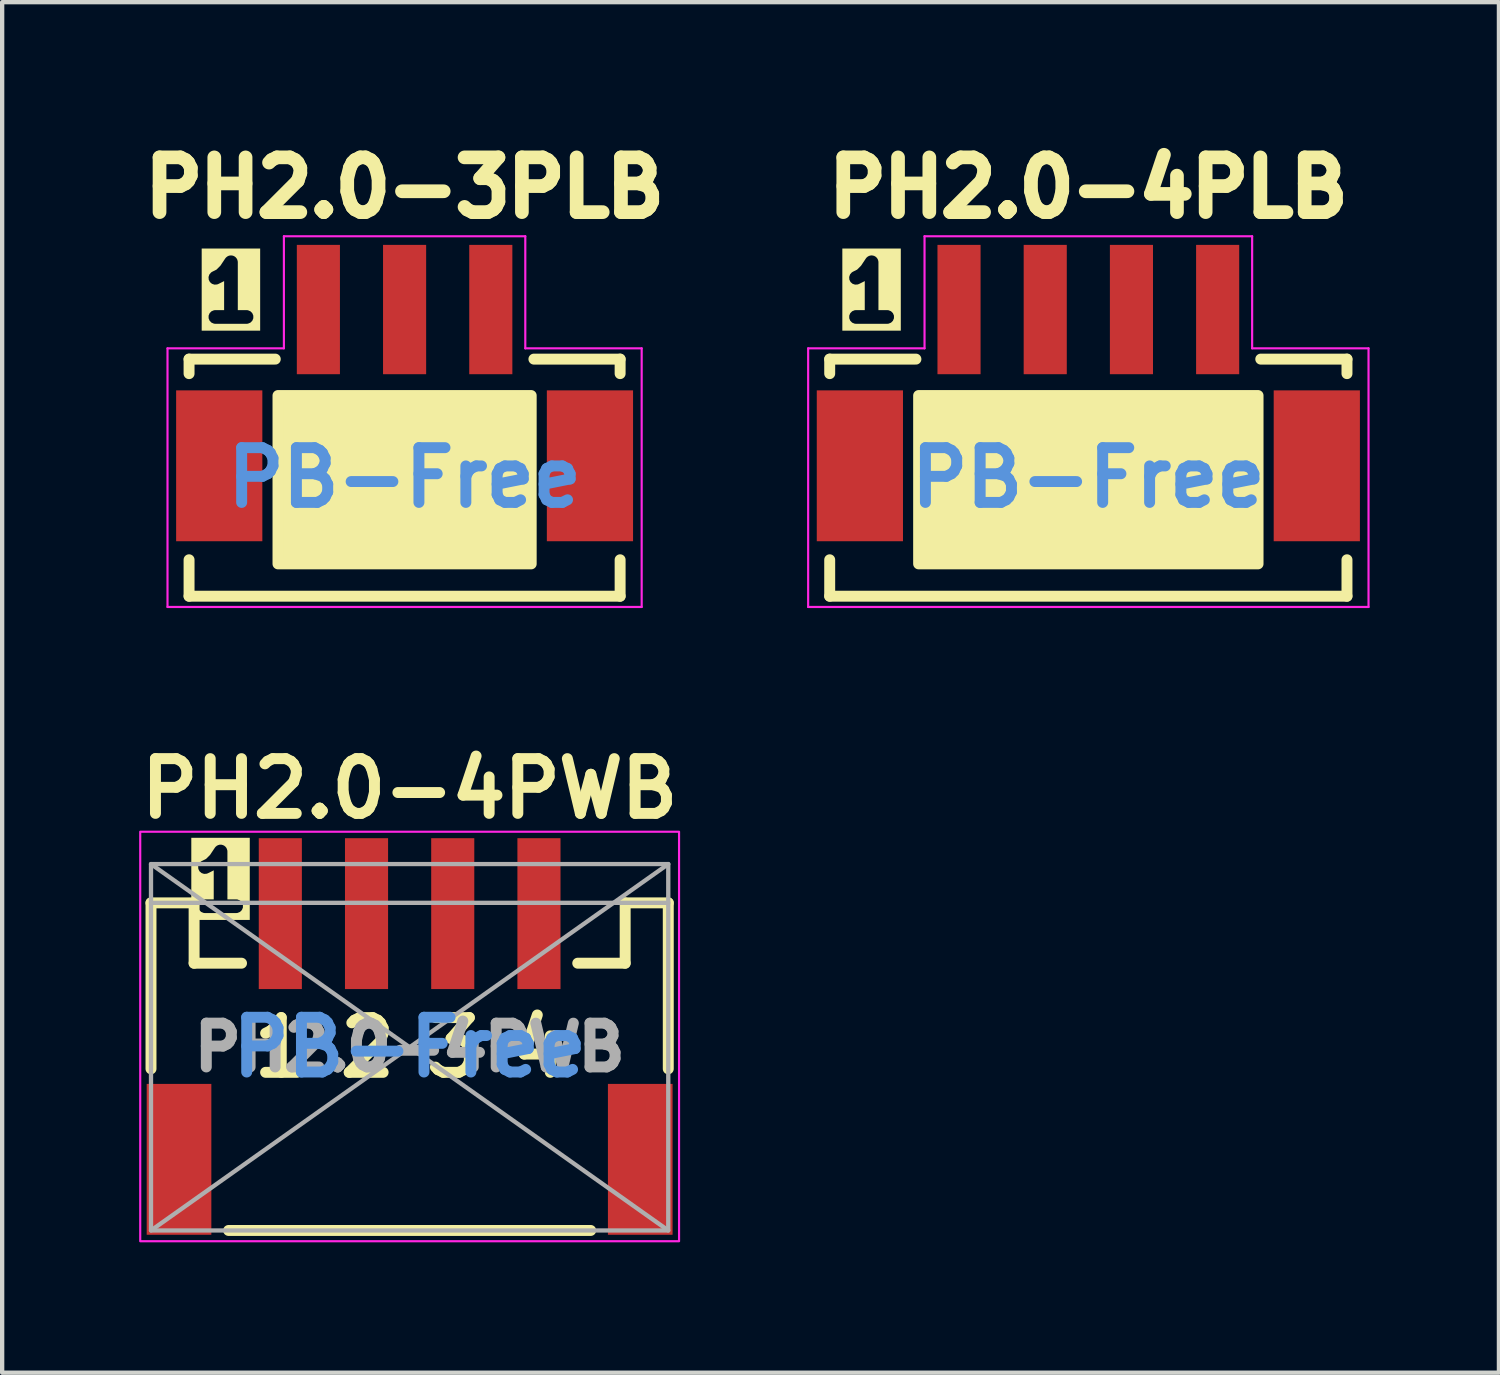
<source format=kicad_pcb>
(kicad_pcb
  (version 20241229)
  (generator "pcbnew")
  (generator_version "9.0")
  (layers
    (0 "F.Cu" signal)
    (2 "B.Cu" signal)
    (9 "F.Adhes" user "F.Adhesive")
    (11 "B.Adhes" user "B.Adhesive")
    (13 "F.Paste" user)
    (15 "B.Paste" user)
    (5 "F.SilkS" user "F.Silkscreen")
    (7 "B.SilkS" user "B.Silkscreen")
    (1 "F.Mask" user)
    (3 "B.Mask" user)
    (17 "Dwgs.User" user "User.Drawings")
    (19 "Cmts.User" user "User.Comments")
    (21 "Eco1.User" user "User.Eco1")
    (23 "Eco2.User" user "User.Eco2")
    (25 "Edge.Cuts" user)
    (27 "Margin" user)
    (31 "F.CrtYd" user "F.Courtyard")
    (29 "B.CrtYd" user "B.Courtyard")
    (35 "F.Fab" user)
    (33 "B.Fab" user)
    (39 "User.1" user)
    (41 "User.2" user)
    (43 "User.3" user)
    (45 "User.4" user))
  (footprint "PH2.0-4PWB"
    (layer "F.Cu")
    (at 6.453 21.245)
    (property "Reference" "PH2.0-4PWB" (at 0 -6 0) (unlocked yes) (layer "F.SilkS") (effects (font (size 1.27 1.27) (thickness 0.254))))
    (attr smd)
    (fp_line (start -6 -3.35) (end -5 -3.35) (stroke (width 0.254) (type default)) (layer "F.SilkS"))
    (fp_line (start -6 0.5) (end -6 -3.35) (stroke (width 0.254) (type default)) (layer "F.SilkS"))
    (fp_line (start -5 -3.35) (end -5 -1.95) (stroke (width 0.254) (type default)) (layer "F.SilkS"))
    (fp_line (start -5 -1.95) (end -3.9 -1.95) (stroke (width 0.254) (type default)) (layer "F.SilkS"))
    (fp_line (start -4.2 4.25) (end 4.2 4.25) (stroke (width 0.254) (type default)) (layer "F.SilkS"))
    (fp_line (start 5 -3.35) (end 5 -1.95) (stroke (width 0.254) (type default)) (layer "F.SilkS"))
    (fp_line (start 5 -1.95) (end 3.9 -1.95) (stroke (width 0.254) (type default)) (layer "F.SilkS"))
    (fp_line (start 6 -3.35) (end 5 -3.35) (stroke (width 0.254) (type default)) (layer "F.SilkS"))
    (fp_line (start 6 0.5) (end 6 -3.35) (stroke (width 0.254) (type default)) (layer "F.SilkS"))
    (fp_rect (start -6.25 -5) (end 6.25 4.5) (stroke (width 0.05) (type default)) (fill no) (layer "F.CrtYd"))
    (fp_line (start -6 -4.25) (end 6 4.25) (stroke (width 0.1) (type default)) (layer "F.Fab"))
    (fp_line (start 6 -4.25) (end -6 4.25) (stroke (width 0.1) (type default)) (layer "F.Fab"))
    (fp_line (start 6 -3.35) (end -6 -3.35) (stroke (width 0.1) (type default)) (layer "F.Fab"))
    (fp_rect (start -6 4.25) (end 6 -4.25) (stroke (width 0.1) (type default)) (fill no) (layer "F.Fab"))
    (fp_text user "4" (at 2.25 0.75 0) (unlocked yes) (layer "F.SilkS") (effects (font (size 1.27 1.27) (thickness 0.254) (bold yes)) (justify left bottom)))
    (fp_text user "1" (at -5.2 -3.1 0) (unlocked yes) (layer "F.SilkS" knockout) (effects (font (size 1.27 1.27) (thickness 0.318) (bold yes)) (justify left bottom)))
    (fp_text user "3" (at 0.25 0.75 0) (unlocked yes) (layer "F.SilkS") (effects (font (size 1.27 1.27) (thickness 0.254) (bold yes)) (justify left bottom)))
    (fp_text user "1" (at -3.75 0.75 0) (unlocked yes) (layer "F.SilkS") (effects (font (size 1.27 1.27) (thickness 0.254) (bold yes)) (justify left bottom)))
    (fp_text user "2" (at -1.75 0.75 0) (unlocked yes) (layer "F.SilkS") (effects (font (size 1.27 1.27) (thickness 0.254) (bold yes)) (justify left bottom)))
    (fp_text user "PB-Free" (at 0 0 0) (layer "Cmts.User") (effects (font (size 1.27 1.27) (thickness 0.254))))
    (fp_text user "${REFERENCE}" (at 0 0 0) (unlocked yes) (layer "F.Fab") (effects (font (size 1.016 1.016) (thickness 0.254) (bold yes))))
    (pad "" smd rect (at -5.35 2.6) (size 1.9 3.9) (layers "F.Paste"))
    (pad "" smd rect (at -3 -3.1) (size 1.4 3.9) (layers "F.Paste"))
    (pad "" smd rect (at -1 -3.1) (size 1.4 3.9) (layers "F.Paste"))
    (pad "" smd rect (at 1 -3.1) (size 1.4 3.9) (layers "F.Paste"))
    (pad "" smd rect (at 3 -3.1) (size 1.4 3.9) (layers "F.Paste"))
    (pad "" smd rect (at 5.35 2.6) (size 1.9 3.9) (layers "F.Paste"))
    (pad "0" smd rect (at -5.35 2.6) (size 1.5 3.5) (layers "F.Cu" "F.Mask"))
    (pad "0" smd rect (at 5.35 2.6) (size 1.5 3.5) (layers "F.Cu" "F.Mask"))
    (pad "1" smd rect (at -3 -3.1) (size 1 3.5) (layers "F.Cu" "F.Mask"))
    (pad "2" smd rect (at -1 -3.1) (size 1 3.5) (layers "F.Cu" "F.Mask"))
    (pad "3" smd rect (at 1 -3.1) (size 1 3.5) (layers "F.Cu" "F.Mask"))
    (pad "4" smd rect (at 3 -3.1) (size 1 3.5) (layers "F.Cu" "F.Mask")))
  (footprint "PH2.0-3PLB"
    (layer "F.Cu")
    (at 6.336 8.031)
    (property "Reference" "PH2.0-3PLB" (at 0 -6.731 0) (unlocked yes) (layer "F.SilkS") (effects (font (size 1.27 1.27) (thickness 0.318) (bold yes))))
    (attr smd)
    (fp_line (start -5 -2.413) (end -5 -2.75) (stroke (width 0.254) (type default)) (layer "F.SilkS"))
    (fp_line (start -5 1.905) (end -5 2.75) (stroke (width 0.254) (type default)) (layer "F.SilkS"))
    (fp_line (start -5 2.75) (end 5 2.75) (stroke (width 0.254) (type default)) (layer "F.SilkS"))
    (fp_line (start -3 -2.75) (end -5 -2.75) (stroke (width 0.254) (type default)) (layer "F.SilkS"))
    (fp_line (start 5 -2.75) (end 3 -2.75) (stroke (width 0.254) (type default)) (layer "F.SilkS"))
    (fp_line (start 5 -2.413) (end 5 -2.75) (stroke (width 0.254) (type default)) (layer "F.SilkS"))
    (fp_line (start 5 1.905) (end 5 2.75) (stroke (width 0.254) (type default)) (layer "F.SilkS"))
    (fp_rect (start -2.937 -1.905) (end 2.937 2) (stroke (width 0.254) (type solid)) (fill yes) (layer "F.SilkS"))
    (fp_line (start -5.5 -3) (end -5.5 3) (stroke (width 0.05) (type default)) (layer "F.CrtYd"))
    (fp_line (start -5.5 3) (end 5.5 3) (stroke (width 0.05) (type default)) (layer "F.CrtYd"))
    (fp_line (start -2.8 -5.6) (end -2.8 -3) (stroke (width 0.05) (type default)) (layer "F.CrtYd"))
    (fp_line (start -2.8 -3) (end -5.5 -3) (stroke (width 0.05) (type default)) (layer "F.CrtYd"))
    (fp_line (start 2.8 -5.6) (end -2.8 -5.6) (stroke (width 0.05) (type default)) (layer "F.CrtYd"))
    (fp_line (start 2.8 -3) (end 2.8 -5.6) (stroke (width 0.05) (type default)) (layer "F.CrtYd"))
    (fp_line (start 5.5 -3) (end 2.8 -3) (stroke (width 0.05) (type default)) (layer "F.CrtYd"))
    (fp_line (start 5.5 3) (end 5.5 -3) (stroke (width 0.05) (type default)) (layer "F.CrtYd"))
    (fp_text user "1" (at -4.842 -3.556 0) (unlocked yes) (layer "F.SilkS" knockout) (effects (font (size 1.27 1.27) (thickness 0.318) (bold yes)) (justify left bottom)))
    (fp_text user "PB-Free" (at 0 0 0) (layer "Cmts.User") (effects (font (size 1.27 1.27) (thickness 0.254))))
    (pad "" smd rect (at -4.3 -0.275) (size 2.4 3.9) (layers "F.Paste"))
    (pad "" smd rect (at -2 -3.9) (size 1.4 3.4) (layers "F.Paste"))
    (pad "" smd rect (at 0 -3.9) (size 1.4 3.4) (layers "F.Paste"))
    (pad "" smd rect (at 2 -3.9) (size 1.4 3.4) (layers "F.Paste"))
    (pad "" smd rect (at 4.3 -0.275) (size 2.4 3.9) (layers "F.Paste"))
    (pad "0" smd rect (at -4.3 -0.275) (size 2 3.5) (layers "F.Cu" "F.Mask"))
    (pad "0" smd rect (at 4.3 -0.275) (size 2 3.5) (layers "F.Cu" "F.Mask"))
    (pad "1" smd rect (at -2 -3.9) (size 1 3) (layers "F.Cu" "F.Mask"))
    (pad "2" smd rect (at 0 -3.9) (size 1 3) (layers "F.Cu" "F.Mask"))
    (pad "3" smd rect (at 2 -3.9) (size 1 3) (layers "F.Cu" "F.Mask")))
  (footprint "PH2.0-4PLB"
    (layer "F.Cu")
    (at 22.198 8.031)
    (property "Reference" "PH2.0-4PLB" (at 0 -6.731 0) (unlocked yes) (layer "F.SilkS") (effects (font (size 1.27 1.27) (thickness 0.318) (bold yes))))
    (attr smd)
    (fp_line (start -6 -2.413) (end -6 -2.75) (stroke (width 0.254) (type default)) (layer "F.SilkS"))
    (fp_line (start -6 1.905) (end -6 2.75) (stroke (width 0.254) (type default)) (layer "F.SilkS"))
    (fp_line (start -6 2.75) (end 6 2.75) (stroke (width 0.254) (type default)) (layer "F.SilkS"))
    (fp_line (start -4 -2.75) (end -6 -2.75) (stroke (width 0.254) (type default)) (layer "F.SilkS"))
    (fp_line (start 6 -2.75) (end 4 -2.75) (stroke (width 0.254) (type default)) (layer "F.SilkS"))
    (fp_line (start 6 -2.413) (end 6 -2.75) (stroke (width 0.254) (type default)) (layer "F.SilkS"))
    (fp_line (start 6 1.905) (end 6 2.75) (stroke (width 0.254) (type default)) (layer "F.SilkS"))
    (fp_rect (start -3.937 -1.905) (end 3.937 2) (stroke (width 0.254) (type solid)) (fill yes) (layer "F.SilkS"))
    (fp_line (start -6.5 -3) (end -6.5 3) (stroke (width 0.05) (type default)) (layer "F.CrtYd"))
    (fp_line (start -6.5 3) (end 6.5 3) (stroke (width 0.05) (type default)) (layer "F.CrtYd"))
    (fp_line (start -3.8 -5.6) (end -3.8 -3) (stroke (width 0.05) (type default)) (layer "F.CrtYd"))
    (fp_line (start -3.8 -3) (end -6.5 -3) (stroke (width 0.05) (type default)) (layer "F.CrtYd"))
    (fp_line (start 3.8 -5.6) (end -3.8 -5.6) (stroke (width 0.05) (type default)) (layer "F.CrtYd"))
    (fp_line (start 3.8 -3) (end 3.8 -5.6) (stroke (width 0.05) (type default)) (layer "F.CrtYd"))
    (fp_line (start 6.5 -3) (end 3.8 -3) (stroke (width 0.05) (type default)) (layer "F.CrtYd"))
    (fp_line (start 6.5 3) (end 6.5 -3) (stroke (width 0.05) (type default)) (layer "F.CrtYd"))
    (fp_text user "1" (at -5.842 -3.556 0) (unlocked yes) (layer "F.SilkS" knockout) (effects (font (size 1.27 1.27) (thickness 0.318) (bold yes)) (justify left bottom)))
    (fp_text user "PB-Free" (at 0 0 0) (layer "Cmts.User") (effects (font (size 1.27 1.27) (thickness 0.254))))
    (pad "" smd rect (at -5.3 -0.275) (size 2.4 3.9) (layers "F.Paste"))
    (pad "" smd rect (at -3 -3.9) (size 1.4 3.4) (layers "F.Paste"))
    (pad "" smd rect (at -1 -3.9) (size 1.4 3.4) (layers "F.Paste"))
    (pad "" smd rect (at 1 -3.9) (size 1.4 3.4) (layers "F.Paste"))
    (pad "" smd rect (at 3 -3.9) (size 1.4 3.4) (layers "F.Paste"))
    (pad "" smd rect (at 5.3 -0.275) (size 2.4 3.9) (layers "F.Paste"))
    (pad "0" smd rect (at -5.3 -0.275) (size 2 3.5) (layers "F.Cu" "F.Mask"))
    (pad "0" smd rect (at 5.3 -0.275) (size 2 3.5) (layers "F.Cu" "F.Mask"))
    (pad "1" smd rect (at -3 -3.9) (size 1 3) (layers "F.Cu" "F.Mask"))
    (pad "2" smd rect (at -1 -3.9) (size 1 3) (layers "F.Cu" "F.Mask"))
    (pad "3" smd rect (at 1 -3.9) (size 1 3) (layers "F.Cu" "F.Mask"))
    (pad "4" smd rect (at 3 -3.9) (size 1 3) (layers "F.Cu" "F.Mask")))
  (gr_rect
    (start -3 -3)
    (end 31.723 28.795)
    (stroke (width 0.1) (type default))
    (fill no)
    (layer "Edge.Cuts")))
</source>
